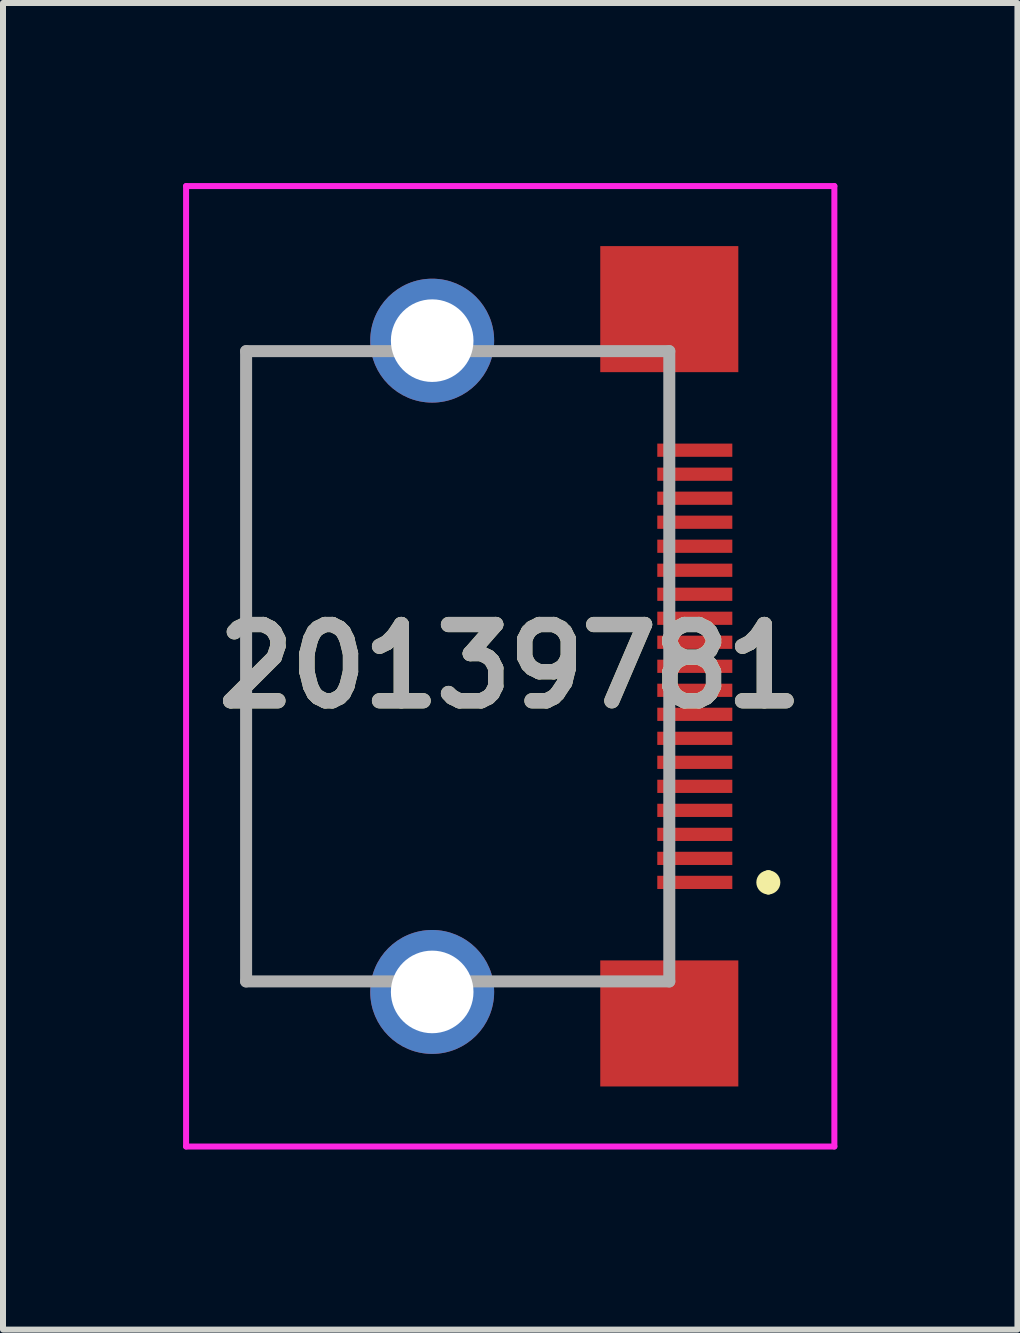
<source format=kicad_pcb>
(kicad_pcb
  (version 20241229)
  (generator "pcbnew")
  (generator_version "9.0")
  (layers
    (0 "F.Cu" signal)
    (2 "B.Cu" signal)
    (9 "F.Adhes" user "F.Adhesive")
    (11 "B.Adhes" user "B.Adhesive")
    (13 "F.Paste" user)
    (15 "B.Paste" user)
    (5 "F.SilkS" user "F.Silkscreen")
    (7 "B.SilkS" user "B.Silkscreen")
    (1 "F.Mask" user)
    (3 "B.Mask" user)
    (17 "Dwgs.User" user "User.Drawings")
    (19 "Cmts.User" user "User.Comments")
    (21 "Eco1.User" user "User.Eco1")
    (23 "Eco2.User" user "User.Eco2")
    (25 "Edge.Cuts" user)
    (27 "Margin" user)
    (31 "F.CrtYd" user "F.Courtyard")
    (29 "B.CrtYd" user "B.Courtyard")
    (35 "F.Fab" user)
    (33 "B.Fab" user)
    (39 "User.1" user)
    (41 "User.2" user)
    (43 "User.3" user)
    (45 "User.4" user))
  (footprint "20139781"
    (layer "F.Cu")
    (at 5.45 8.05)
    (property "Reference" "20139781" (at 0 0 0) (layer "F.SilkS") (effects (font (size 1.27 1.27) (thickness 0.254))))
    (attr through_hole)
    (fp_line (start -4.4 -5.25) (end -4.4 5.25) (stroke (width 0.1) (type solid)) (layer "F.SilkS"))
    (fp_line (start -4.4 5.25) (end -2.8 5.25) (stroke (width 0.1) (type solid)) (layer "F.SilkS"))
    (fp_line (start -2.8 -5.25) (end -4.4 -5.25) (stroke (width 0.1) (type solid)) (layer "F.SilkS"))
    (fp_line (start 0.2 -5.25) (end 1.2 -5.25) (stroke (width 0.1) (type solid)) (layer "F.SilkS"))
    (fp_line (start 0.2 5.25) (end 1.2 5.25) (stroke (width 0.1) (type solid)) (layer "F.SilkS"))
    (fp_line (start 2.65 -4) (end 2.65 -4.5) (stroke (width 0.1) (type solid)) (layer "F.SilkS"))
    (fp_line (start 2.65 4.5) (end 2.65 4) (stroke (width 0.1) (type solid)) (layer "F.SilkS"))
    (fp_line (start 4.3 3.5) (end 4.3 3.5) (stroke (width 0.2) (type solid)) (layer "F.SilkS"))
    (fp_line (start 4.3 3.7) (end 4.3 3.7) (stroke (width 0.2) (type solid)) (layer "F.SilkS"))
    (fp_arc (start 4.3 3.5) (mid 4.4 3.6) (end 4.3 3.7) (stroke (width 0.2) (type solid)) (layer "F.SilkS"))
    (fp_arc (start 4.3 3.7) (mid 4.2 3.6) (end 4.3 3.5) (stroke (width 0.2) (type solid)) (layer "F.SilkS"))
    (fp_line (start -5.4 -8) (end 5.4 -8) (stroke (width 0.1) (type solid)) (layer "F.CrtYd"))
    (fp_line (start -5.4 8) (end -5.4 -8) (stroke (width 0.1) (type solid)) (layer "F.CrtYd"))
    (fp_line (start 5.4 -8) (end 5.4 8) (stroke (width 0.1) (type solid)) (layer "F.CrtYd"))
    (fp_line (start 5.4 8) (end -5.4 8) (stroke (width 0.1) (type solid)) (layer "F.CrtYd"))
    (fp_line (start -4.4 -5.25) (end -4.4 5.25) (stroke (width 0.2) (type solid)) (layer "F.Fab"))
    (fp_line (start -4.4 5.25) (end 2.65 5.25) (stroke (width 0.2) (type solid)) (layer "F.Fab"))
    (fp_line (start 2.65 -5.25) (end -4.4 -5.25) (stroke (width 0.2) (type solid)) (layer "F.Fab"))
    (fp_line (start 2.65 5.25) (end 2.65 -5.25) (stroke (width 0.2) (type solid)) (layer "F.Fab"))
    (fp_text user "${REFERENCE}" (at 0 0 0) (layer "F.Fab") (effects (font (size 1.27 1.27) (thickness 0.254))))
    (pad "1" smd rect (at 3.075 3.6 90) (size 0.22 1.25) (layers "F.Cu" "F.Mask" "F.Paste"))
    (pad "2" smd rect (at 3.075 3.2 90) (size 0.22 1.25) (layers "F.Cu" "F.Mask" "F.Paste"))
    (pad "3" smd rect (at 3.075 2.8 90) (size 0.22 1.25) (layers "F.Cu" "F.Mask" "F.Paste"))
    (pad "4" smd rect (at 3.075 2.4 90) (size 0.22 1.25) (layers "F.Cu" "F.Mask" "F.Paste"))
    (pad "5" smd rect (at 3.075 2 90) (size 0.22 1.25) (layers "F.Cu" "F.Mask" "F.Paste"))
    (pad "6" smd rect (at 3.075 1.6 90) (size 0.22 1.25) (layers "F.Cu" "F.Mask" "F.Paste"))
    (pad "7" smd rect (at 3.075 1.2 90) (size 0.22 1.25) (layers "F.Cu" "F.Mask" "F.Paste"))
    (pad "8" smd rect (at 3.075 0.8 90) (size 0.22 1.25) (layers "F.Cu" "F.Mask" "F.Paste"))
    (pad "9" smd rect (at 3.075 0.4 90) (size 0.22 1.25) (layers "F.Cu" "F.Mask" "F.Paste"))
    (pad "10" smd rect (at 3.075 0 90) (size 0.22 1.25) (layers "F.Cu" "F.Mask" "F.Paste"))
    (pad "11" smd rect (at 3.075 -0.4 90) (size 0.22 1.25) (layers "F.Cu" "F.Mask" "F.Paste"))
    (pad "12" smd rect (at 3.075 -0.8 90) (size 0.22 1.25) (layers "F.Cu" "F.Mask" "F.Paste"))
    (pad "13" smd rect (at 3.075 -1.2 90) (size 0.22 1.25) (layers "F.Cu" "F.Mask" "F.Paste"))
    (pad "14" smd rect (at 3.075 -1.6 90) (size 0.22 1.25) (layers "F.Cu" "F.Mask" "F.Paste"))
    (pad "15" smd rect (at 3.075 -2 90) (size 0.22 1.25) (layers "F.Cu" "F.Mask" "F.Paste"))
    (pad "16" smd rect (at 3.075 -2.4 90) (size 0.22 1.25) (layers "F.Cu" "F.Mask" "F.Paste"))
    (pad "17" smd rect (at 3.075 -2.8 90) (size 0.22 1.25) (layers "F.Cu" "F.Mask" "F.Paste"))
    (pad "18" smd rect (at 3.075 -3.2 90) (size 0.22 1.25) (layers "F.Cu" "F.Mask" "F.Paste"))
    (pad "19" smd rect (at 3.075 -3.6 90) (size 0.22 1.25) (layers "F.Cu" "F.Mask" "F.Paste"))
    (pad "SH" thru_hole circle (at -1.3 -5.425) (size 2.064 2.064) (drill 1.376) (layers "*.Cu" "*.Mask"))
    (pad "SH" thru_hole circle (at -1.3 5.425) (size 2.064 2.064) (drill 1.376) (layers "*.Cu" "*.Mask"))
    (pad "SH" smd rect (at 2.65 -5.95 90) (size 2.1 2.3) (layers "F.Cu" "F.Mask" "F.Paste"))
    (pad "SH" smd rect (at 2.65 5.95 90) (size 2.1 2.3) (layers "F.Cu" "F.Mask" "F.Paste")))
  (gr_rect
    (start -3 -3)
    (end 13.9 19.1)
    (stroke (width 0.1) (type default))
    (fill no)
    (layer "Edge.Cuts")))
</source>
